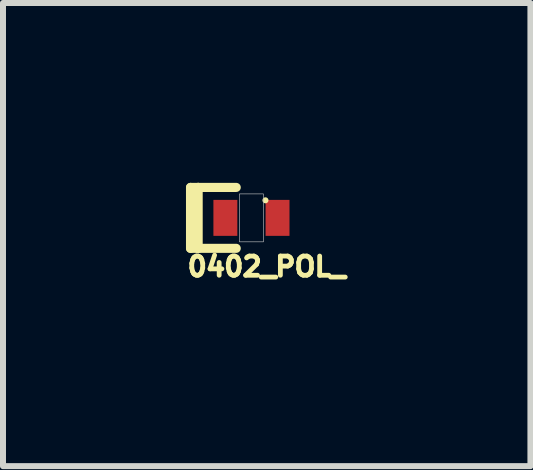
<source format=kicad_pcb>
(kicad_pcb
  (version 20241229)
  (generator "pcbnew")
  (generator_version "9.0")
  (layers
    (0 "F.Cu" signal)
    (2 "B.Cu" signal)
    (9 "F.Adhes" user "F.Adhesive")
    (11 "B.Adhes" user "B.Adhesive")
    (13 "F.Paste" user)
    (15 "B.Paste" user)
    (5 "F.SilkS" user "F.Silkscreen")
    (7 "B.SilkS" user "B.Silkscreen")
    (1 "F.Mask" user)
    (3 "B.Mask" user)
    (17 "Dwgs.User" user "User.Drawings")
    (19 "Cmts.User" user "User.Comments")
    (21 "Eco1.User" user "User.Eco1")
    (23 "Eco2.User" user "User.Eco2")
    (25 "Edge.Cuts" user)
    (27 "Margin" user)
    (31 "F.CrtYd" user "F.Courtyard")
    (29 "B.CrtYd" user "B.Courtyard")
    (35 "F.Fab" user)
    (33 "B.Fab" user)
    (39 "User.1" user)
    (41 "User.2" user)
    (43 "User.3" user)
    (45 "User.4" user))
  (footprint "0402_POL_"
    (layer "F.Cu")
    (at 1.144 0.584)
    (property "Reference" "0402_POL_" (at 0.254 0.813 0) (layer "F.SilkS") (effects (font (size 0.32 0.32) (thickness 0.15))))
    (attr smd)
    (fp_line (start -1.016 -0.508) (end -1.016 0.508) (stroke (width 0.152) (type solid)) (layer "F.SilkS"))
    (fp_line (start -1.016 0.508) (end -0.889 0.508) (stroke (width 0.152) (type solid)) (layer "F.SilkS"))
    (fp_line (start -0.889 -0.508) (end -1.016 -0.508) (stroke (width 0.152) (type solid)) (layer "F.SilkS"))
    (fp_line (start -0.889 -0.508) (end -0.889 0.508) (stroke (width 0.152) (type solid)) (layer "F.SilkS"))
    (fp_line (start -0.889 0.508) (end -0.254 0.508) (stroke (width 0.152) (type solid)) (layer "F.SilkS"))
    (fp_line (start -0.254 -0.508) (end -0.889 -0.508) (stroke (width 0.152) (type solid)) (layer "F.SilkS"))
    (fp_line (start 0.233 -0.293) (end 0.234 -0.293) (stroke (width 0.1) (type solid)) (layer "F.SilkS"))
    (fp_poly (pts (xy -0.634 -0.298) (xy -0.234 -0.298) (xy -0.234 0.3) (xy -0.634 0.3)) (stroke (width 0.01) (type solid)) (fill yes) (layer "F.Paste"))
    (fp_poly (pts (xy 0.235 -0.301) (xy 0.634 -0.301) (xy 0.634 0.298) (xy 0.235 0.298)) (stroke (width 0.01) (type solid)) (fill yes) (layer "F.Paste"))
    (fp_poly (pts (xy -0.2 -0.4) (xy 0.2 -0.4) (xy 0.2 0.4) (xy -0.2 0.4)) (stroke (width 0.01) (type solid)) (fill no) (layer "Dwgs.User"))
    (pad "1" smd rect (at -0.435 0) (size 0.399 0.6) (layers "F.Cu" "F.Mask" "F.Paste"))
    (pad "2" smd rect (at 0.435 0) (size 0.399 0.6) (layers "F.Cu" "F.Mask" "F.Paste")))
  (gr_rect
    (start -3 -3)
    (end 5.797 4.725)
    (stroke (width 0.1) (type default))
    (fill no)
    (layer "Edge.Cuts")))
</source>
